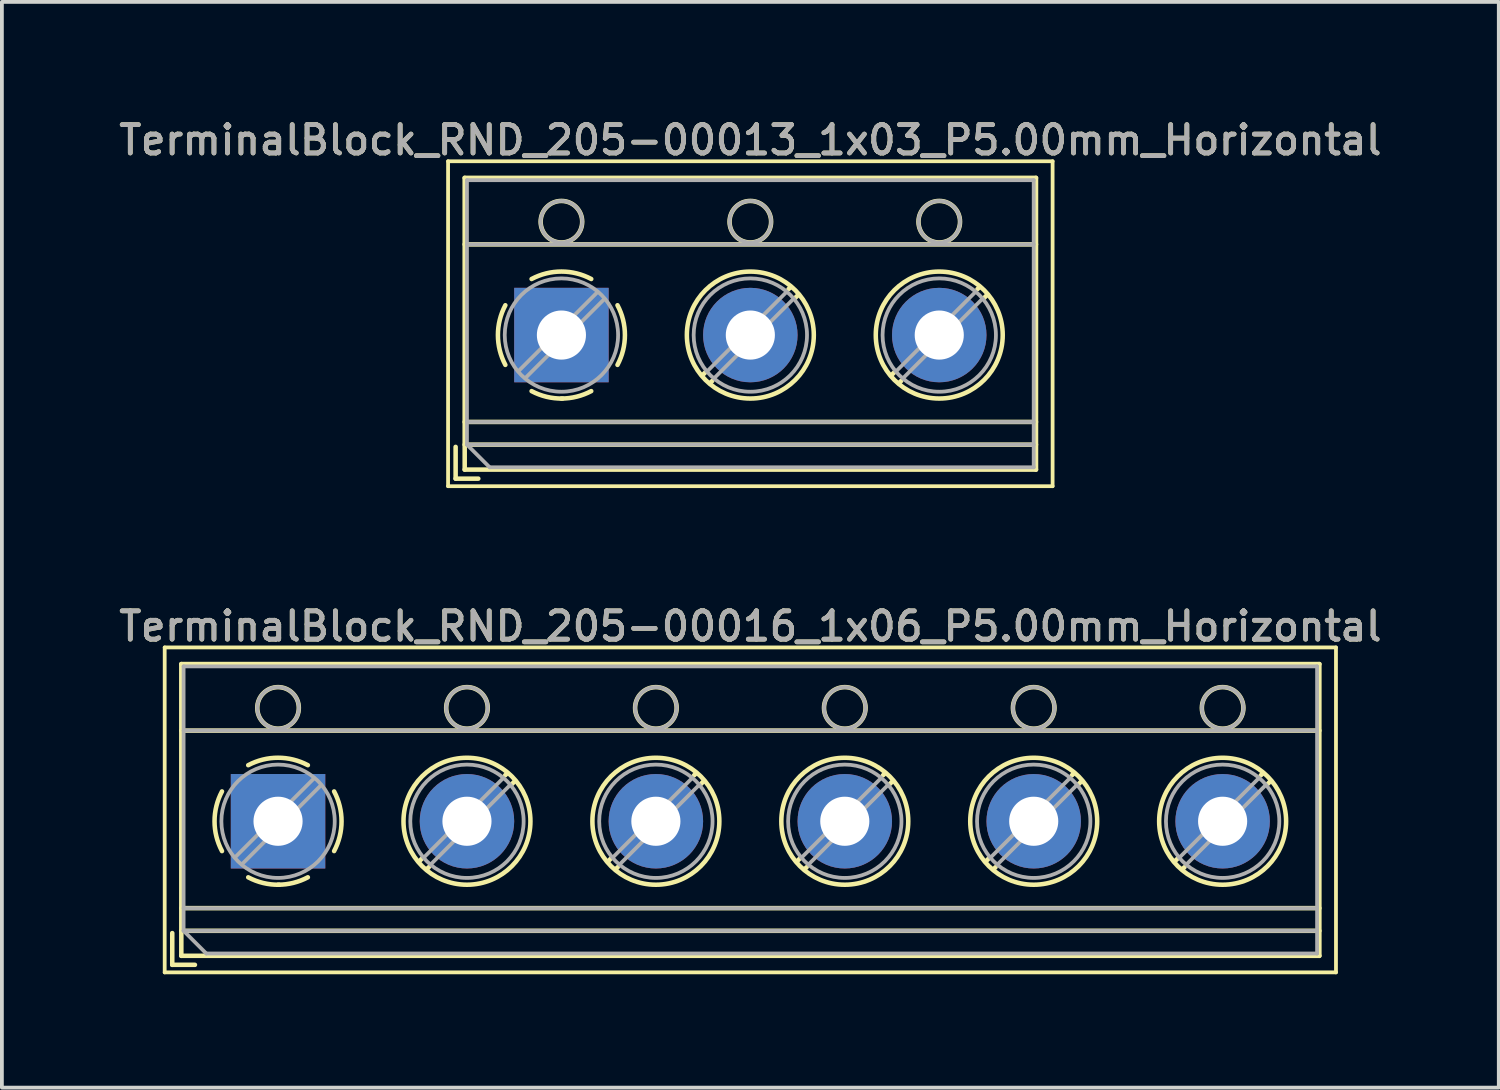
<source format=kicad_pcb>
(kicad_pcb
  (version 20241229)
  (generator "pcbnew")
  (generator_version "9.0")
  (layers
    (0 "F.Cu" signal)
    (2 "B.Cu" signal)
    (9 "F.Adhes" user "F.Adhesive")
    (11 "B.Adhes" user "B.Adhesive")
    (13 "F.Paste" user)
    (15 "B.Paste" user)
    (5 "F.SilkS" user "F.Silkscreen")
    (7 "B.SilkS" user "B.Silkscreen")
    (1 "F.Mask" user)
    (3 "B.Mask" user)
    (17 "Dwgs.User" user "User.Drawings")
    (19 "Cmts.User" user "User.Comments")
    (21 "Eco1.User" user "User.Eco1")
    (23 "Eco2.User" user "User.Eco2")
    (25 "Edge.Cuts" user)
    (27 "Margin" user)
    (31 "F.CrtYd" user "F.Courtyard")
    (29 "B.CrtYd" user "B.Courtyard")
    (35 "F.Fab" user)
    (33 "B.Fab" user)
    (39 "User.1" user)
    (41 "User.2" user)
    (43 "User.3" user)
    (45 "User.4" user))
  (footprint "TerminalBlock_RND_205-00013_1x03_P5.00mm_Horizontal"
    (layer "F.Cu")
    (at 11.809 5.818)
    (property "Reference" "TerminalBlock_RND_205-00013_1x03_P5.00mm_Horizontal" (at 5 -5.16 0) (layer "F.SilkS") (effects (font (size 0.75 0.75) (thickness 0.125))))
    (attr through_hole)
    (fp_line (start -3 -4.6) (end -3 4) (stroke (width 0.1) (type solid)) (layer "F.SilkS"))
    (fp_line (start -3 4) (end 13 4) (stroke (width 0.1) (type solid)) (layer "F.SilkS"))
    (fp_line (start -2.8 2.96) (end -2.8 3.8) (stroke (width 0.12) (type solid)) (layer "F.SilkS"))
    (fp_line (start -2.8 3.8) (end -2.2 3.8) (stroke (width 0.12) (type solid)) (layer "F.SilkS"))
    (fp_line (start -2.56 -4.16) (end -2.56 3.561) (stroke (width 0.12) (type solid)) (layer "F.SilkS"))
    (fp_line (start -2.56 -4.16) (end 12.56 -4.16) (stroke (width 0.12) (type solid)) (layer "F.SilkS"))
    (fp_line (start -2.56 -2.4) (end 12.56 -2.4) (stroke (width 0.12) (type solid)) (layer "F.SilkS"))
    (fp_line (start -2.56 2.3) (end 12.56 2.3) (stroke (width 0.12) (type solid)) (layer "F.SilkS"))
    (fp_line (start -2.56 2.9) (end 12.56 2.9) (stroke (width 0.12) (type solid)) (layer "F.SilkS"))
    (fp_line (start -2.56 3.561) (end 12.56 3.561) (stroke (width 0.12) (type solid)) (layer "F.SilkS"))
    (fp_line (start 3.82 0.976) (end 3.726 1.069) (stroke (width 0.12) (type solid)) (layer "F.SilkS"))
    (fp_line (start 3.99 1.216) (end 3.931 1.274) (stroke (width 0.12) (type solid)) (layer "F.SilkS"))
    (fp_line (start 6.07 -1.275) (end 6.011 -1.216) (stroke (width 0.12) (type solid)) (layer "F.SilkS"))
    (fp_line (start 6.275 -1.069) (end 6.181 -0.976) (stroke (width 0.12) (type solid)) (layer "F.SilkS"))
    (fp_line (start 8.82 0.976) (end 8.726 1.069) (stroke (width 0.12) (type solid)) (layer "F.SilkS"))
    (fp_line (start 8.99 1.216) (end 8.931 1.274) (stroke (width 0.12) (type solid)) (layer "F.SilkS"))
    (fp_line (start 11.07 -1.275) (end 11.011 -1.216) (stroke (width 0.12) (type solid)) (layer "F.SilkS"))
    (fp_line (start 11.275 -1.069) (end 11.181 -0.976) (stroke (width 0.12) (type solid)) (layer "F.SilkS"))
    (fp_line (start 12.56 -4.16) (end 12.56 3.561) (stroke (width 0.12) (type solid)) (layer "F.SilkS"))
    (fp_line (start 13 -4.6) (end -3 -4.6) (stroke (width 0.1) (type solid)) (layer "F.SilkS"))
    (fp_line (start 13 4) (end 13 -4.6) (stroke (width 0.1) (type solid)) (layer "F.SilkS"))
    (fp_arc (start -1.483953 0.789089) (mid -1.680708 0.00005) (end -1.484 -0.789) (stroke (width 0.12) (type solid)) (layer "F.SilkS"))
    (fp_arc (start -0.789089 -1.483953) (mid -0.00005 -1.680708) (end 0.789 -1.484) (stroke (width 0.12) (type solid)) (layer "F.SilkS"))
    (fp_arc (start 0.029383 1.68045) (mid -0.392304 1.634281) (end -0.789 1.484) (stroke (width 0.12) (type solid)) (layer "F.SilkS"))
    (fp_arc (start 0.788712 1.483352) (mid 0.406429 1.630097) (end 0 1.68) (stroke (width 0.12) (type solid)) (layer "F.SilkS"))
    (fp_arc (start 1.483953 -0.789089) (mid 1.680708 -0.00005) (end 1.484 0.789) (stroke (width 0.12) (type solid)) (layer "F.SilkS"))
    (fp_circle (center 0 -3) (end 0.55 -3) (stroke (width 0.12) (type solid)) (fill no) (layer "F.SilkS"))
    (fp_circle (center 5 -3) (end 5.55 -3) (stroke (width 0.12) (type solid)) (fill no) (layer "F.SilkS"))
    (fp_circle (center 5 0) (end 6.68 0) (stroke (width 0.12) (type solid)) (fill no) (layer "F.SilkS"))
    (fp_circle (center 10 -3) (end 10.55 -3) (stroke (width 0.12) (type solid)) (fill no) (layer "F.SilkS"))
    (fp_circle (center 10 0) (end 11.68 0) (stroke (width 0.12) (type solid)) (fill no) (layer "F.SilkS"))
    (fp_line (start -2.5 -4.1) (end 12.5 -4.1) (stroke (width 0.1) (type solid)) (layer "F.Fab"))
    (fp_line (start -2.5 -2.4) (end 12.5 -2.4) (stroke (width 0.1) (type solid)) (layer "F.Fab"))
    (fp_line (start -2.5 2.3) (end 12.5 2.3) (stroke (width 0.1) (type solid)) (layer "F.Fab"))
    (fp_line (start -2.5 2.9) (end -2.5 -4.1) (stroke (width 0.1) (type solid)) (layer "F.Fab"))
    (fp_line (start -2.5 2.9) (end 12.5 2.9) (stroke (width 0.1) (type solid)) (layer "F.Fab"))
    (fp_line (start -1.9 3.5) (end -2.5 2.9) (stroke (width 0.1) (type solid)) (layer "F.Fab"))
    (fp_line (start 0.955 -1.138) (end -1.138 0.955) (stroke (width 0.1) (type solid)) (layer "F.Fab"))
    (fp_line (start 1.138 -0.955) (end -0.955 1.138) (stroke (width 0.1) (type solid)) (layer "F.Fab"))
    (fp_line (start 5.955 -1.138) (end 3.863 0.955) (stroke (width 0.1) (type solid)) (layer "F.Fab"))
    (fp_line (start 6.138 -0.955) (end 4.046 1.138) (stroke (width 0.1) (type solid)) (layer "F.Fab"))
    (fp_line (start 10.955 -1.138) (end 8.863 0.955) (stroke (width 0.1) (type solid)) (layer "F.Fab"))
    (fp_line (start 11.138 -0.955) (end 9.046 1.138) (stroke (width 0.1) (type solid)) (layer "F.Fab"))
    (fp_line (start 12.5 -4.1) (end 12.5 3.5) (stroke (width 0.1) (type solid)) (layer "F.Fab"))
    (fp_line (start 12.5 3.5) (end -1.9 3.5) (stroke (width 0.1) (type solid)) (layer "F.Fab"))
    (fp_circle (center 0 -3) (end 0.55 -3) (stroke (width 0.1) (type solid)) (fill no) (layer "F.Fab"))
    (fp_circle (center 0 0) (end 1.5 0) (stroke (width 0.1) (type solid)) (fill no) (layer "F.Fab"))
    (fp_circle (center 5 -3) (end 5.55 -3) (stroke (width 0.1) (type solid)) (fill no) (layer "F.Fab"))
    (fp_circle (center 5 0) (end 6.5 0) (stroke (width 0.1) (type solid)) (fill no) (layer "F.Fab"))
    (fp_circle (center 10 -3) (end 10.55 -3) (stroke (width 0.1) (type solid)) (fill no) (layer "F.Fab"))
    (fp_circle (center 10 0) (end 11.5 0) (stroke (width 0.1) (type solid)) (fill no) (layer "F.Fab"))
    (fp_text user "${REFERENCE}" (at 5 -5.16 0) (layer "F.Fab") (effects (font (size 0.75 0.75) (thickness 0.125))))
    (pad "1" thru_hole rect (at 0 0) (size 2.5 2.5) (drill 1.3) (layers "*.Cu" "*.Mask"))
    (pad "2" thru_hole circle (at 5 0) (size 2.5 2.5) (drill 1.3) (layers "*.Cu" "*.Mask"))
    (pad "3" thru_hole circle (at 10 0) (size 2.5 2.5) (drill 1.3) (layers "*.Cu" "*.Mask")))
  (footprint "TerminalBlock_RND_205-00016_1x06_P5.00mm_Horizontal"
    (layer "F.Cu")
    (at 4.309 18.686)
    (property "Reference" "TerminalBlock_RND_205-00016_1x06_P5.00mm_Horizontal" (at 12.5 -5.16 0) (layer "F.SilkS") (effects (font (size 0.75 0.75) (thickness 0.125))))
    (attr through_hole)
    (fp_line (start -3 -4.6) (end -3 4) (stroke (width 0.1) (type solid)) (layer "F.SilkS"))
    (fp_line (start -3 4) (end 28 4) (stroke (width 0.1) (type solid)) (layer "F.SilkS"))
    (fp_line (start -2.8 2.96) (end -2.8 3.8) (stroke (width 0.12) (type solid)) (layer "F.SilkS"))
    (fp_line (start -2.8 3.8) (end -2.2 3.8) (stroke (width 0.12) (type solid)) (layer "F.SilkS"))
    (fp_line (start -2.56 -4.16) (end -2.56 3.561) (stroke (width 0.12) (type solid)) (layer "F.SilkS"))
    (fp_line (start -2.56 -4.16) (end 27.56 -4.16) (stroke (width 0.12) (type solid)) (layer "F.SilkS"))
    (fp_line (start -2.56 -2.4) (end 27.56 -2.4) (stroke (width 0.12) (type solid)) (layer "F.SilkS"))
    (fp_line (start -2.56 2.3) (end 27.56 2.3) (stroke (width 0.12) (type solid)) (layer "F.SilkS"))
    (fp_line (start -2.56 2.9) (end 27.56 2.9) (stroke (width 0.12) (type solid)) (layer "F.SilkS"))
    (fp_line (start -2.56 3.561) (end 27.56 3.561) (stroke (width 0.12) (type solid)) (layer "F.SilkS"))
    (fp_line (start 3.82 0.976) (end 3.726 1.069) (stroke (width 0.12) (type solid)) (layer "F.SilkS"))
    (fp_line (start 3.99 1.216) (end 3.931 1.274) (stroke (width 0.12) (type solid)) (layer "F.SilkS"))
    (fp_line (start 6.07 -1.275) (end 6.011 -1.216) (stroke (width 0.12) (type solid)) (layer "F.SilkS"))
    (fp_line (start 6.275 -1.069) (end 6.181 -0.976) (stroke (width 0.12) (type solid)) (layer "F.SilkS"))
    (fp_line (start 8.82 0.976) (end 8.726 1.069) (stroke (width 0.12) (type solid)) (layer "F.SilkS"))
    (fp_line (start 8.99 1.216) (end 8.931 1.274) (stroke (width 0.12) (type solid)) (layer "F.SilkS"))
    (fp_line (start 11.07 -1.275) (end 11.011 -1.216) (stroke (width 0.12) (type solid)) (layer "F.SilkS"))
    (fp_line (start 11.275 -1.069) (end 11.181 -0.976) (stroke (width 0.12) (type solid)) (layer "F.SilkS"))
    (fp_line (start 13.82 0.976) (end 13.726 1.069) (stroke (width 0.12) (type solid)) (layer "F.SilkS"))
    (fp_line (start 13.99 1.216) (end 13.931 1.274) (stroke (width 0.12) (type solid)) (layer "F.SilkS"))
    (fp_line (start 16.07 -1.275) (end 16.011 -1.216) (stroke (width 0.12) (type solid)) (layer "F.SilkS"))
    (fp_line (start 16.275 -1.069) (end 16.181 -0.976) (stroke (width 0.12) (type solid)) (layer "F.SilkS"))
    (fp_line (start 18.82 0.976) (end 18.726 1.069) (stroke (width 0.12) (type solid)) (layer "F.SilkS"))
    (fp_line (start 18.99 1.216) (end 18.931 1.274) (stroke (width 0.12) (type solid)) (layer "F.SilkS"))
    (fp_line (start 21.07 -1.275) (end 21.011 -1.216) (stroke (width 0.12) (type solid)) (layer "F.SilkS"))
    (fp_line (start 21.275 -1.069) (end 21.181 -0.976) (stroke (width 0.12) (type solid)) (layer "F.SilkS"))
    (fp_line (start 23.82 0.976) (end 23.726 1.069) (stroke (width 0.12) (type solid)) (layer "F.SilkS"))
    (fp_line (start 23.99 1.216) (end 23.931 1.274) (stroke (width 0.12) (type solid)) (layer "F.SilkS"))
    (fp_line (start 26.07 -1.275) (end 26.011 -1.216) (stroke (width 0.12) (type solid)) (layer "F.SilkS"))
    (fp_line (start 26.275 -1.069) (end 26.181 -0.976) (stroke (width 0.12) (type solid)) (layer "F.SilkS"))
    (fp_line (start 27.56 -4.16) (end 27.56 3.561) (stroke (width 0.12) (type solid)) (layer "F.SilkS"))
    (fp_line (start 28 -4.6) (end -3 -4.6) (stroke (width 0.1) (type solid)) (layer "F.SilkS"))
    (fp_line (start 28 4) (end 28 -4.6) (stroke (width 0.1) (type solid)) (layer "F.SilkS"))
    (fp_arc (start -1.483953 0.789089) (mid -1.680708 0.00005) (end -1.484 -0.789) (stroke (width 0.12) (type solid)) (layer "F.SilkS"))
    (fp_arc (start -0.789089 -1.483953) (mid -0.00005 -1.680708) (end 0.789 -1.484) (stroke (width 0.12) (type solid)) (layer "F.SilkS"))
    (fp_arc (start 0.029383 1.68045) (mid -0.392304 1.634281) (end -0.789 1.484) (stroke (width 0.12) (type solid)) (layer "F.SilkS"))
    (fp_arc (start 0.788712 1.483352) (mid 0.406429 1.630097) (end 0 1.68) (stroke (width 0.12) (type solid)) (layer "F.SilkS"))
    (fp_arc (start 1.483953 -0.789089) (mid 1.680708 -0.00005) (end 1.484 0.789) (stroke (width 0.12) (type solid)) (layer "F.SilkS"))
    (fp_circle (center 0 -3) (end 0.55 -3) (stroke (width 0.12) (type solid)) (fill no) (layer "F.SilkS"))
    (fp_circle (center 5 -3) (end 5.55 -3) (stroke (width 0.12) (type solid)) (fill no) (layer "F.SilkS"))
    (fp_circle (center 5 0) (end 6.68 0) (stroke (width 0.12) (type solid)) (fill no) (layer "F.SilkS"))
    (fp_circle (center 10 -3) (end 10.55 -3) (stroke (width 0.12) (type solid)) (fill no) (layer "F.SilkS"))
    (fp_circle (center 10 0) (end 11.68 0) (stroke (width 0.12) (type solid)) (fill no) (layer "F.SilkS"))
    (fp_circle (center 15 -3) (end 15.55 -3) (stroke (width 0.12) (type solid)) (fill no) (layer "F.SilkS"))
    (fp_circle (center 15 0) (end 16.68 0) (stroke (width 0.12) (type solid)) (fill no) (layer "F.SilkS"))
    (fp_circle (center 20 -3) (end 20.55 -3) (stroke (width 0.12) (type solid)) (fill no) (layer "F.SilkS"))
    (fp_circle (center 20 0) (end 21.68 0) (stroke (width 0.12) (type solid)) (fill no) (layer "F.SilkS"))
    (fp_circle (center 25 -3) (end 25.55 -3) (stroke (width 0.12) (type solid)) (fill no) (layer "F.SilkS"))
    (fp_circle (center 25 0) (end 26.68 0) (stroke (width 0.12) (type solid)) (fill no) (layer "F.SilkS"))
    (fp_line (start -2.5 -4.1) (end 27.5 -4.1) (stroke (width 0.1) (type solid)) (layer "F.Fab"))
    (fp_line (start -2.5 -2.4) (end 27.5 -2.4) (stroke (width 0.1) (type solid)) (layer "F.Fab"))
    (fp_line (start -2.5 2.3) (end 27.5 2.3) (stroke (width 0.1) (type solid)) (layer "F.Fab"))
    (fp_line (start -2.5 2.9) (end -2.5 -4.1) (stroke (width 0.1) (type solid)) (layer "F.Fab"))
    (fp_line (start -2.5 2.9) (end 27.5 2.9) (stroke (width 0.1) (type solid)) (layer "F.Fab"))
    (fp_line (start -1.9 3.5) (end -2.5 2.9) (stroke (width 0.1) (type solid)) (layer "F.Fab"))
    (fp_line (start 0.955 -1.138) (end -1.138 0.955) (stroke (width 0.1) (type solid)) (layer "F.Fab"))
    (fp_line (start 1.138 -0.955) (end -0.955 1.138) (stroke (width 0.1) (type solid)) (layer "F.Fab"))
    (fp_line (start 5.955 -1.138) (end 3.863 0.955) (stroke (width 0.1) (type solid)) (layer "F.Fab"))
    (fp_line (start 6.138 -0.955) (end 4.046 1.138) (stroke (width 0.1) (type solid)) (layer "F.Fab"))
    (fp_line (start 10.955 -1.138) (end 8.863 0.955) (stroke (width 0.1) (type solid)) (layer "F.Fab"))
    (fp_line (start 11.138 -0.955) (end 9.046 1.138) (stroke (width 0.1) (type solid)) (layer "F.Fab"))
    (fp_line (start 15.955 -1.138) (end 13.863 0.955) (stroke (width 0.1) (type solid)) (layer "F.Fab"))
    (fp_line (start 16.138 -0.955) (end 14.046 1.138) (stroke (width 0.1) (type solid)) (layer "F.Fab"))
    (fp_line (start 20.955 -1.138) (end 18.863 0.955) (stroke (width 0.1) (type solid)) (layer "F.Fab"))
    (fp_line (start 21.138 -0.955) (end 19.046 1.138) (stroke (width 0.1) (type solid)) (layer "F.Fab"))
    (fp_line (start 25.955 -1.138) (end 23.863 0.955) (stroke (width 0.1) (type solid)) (layer "F.Fab"))
    (fp_line (start 26.138 -0.955) (end 24.046 1.138) (stroke (width 0.1) (type solid)) (layer "F.Fab"))
    (fp_line (start 27.5 -4.1) (end 27.5 3.5) (stroke (width 0.1) (type solid)) (layer "F.Fab"))
    (fp_line (start 27.5 3.5) (end -1.9 3.5) (stroke (width 0.1) (type solid)) (layer "F.Fab"))
    (fp_circle (center 0 -3) (end 0.55 -3) (stroke (width 0.1) (type solid)) (fill no) (layer "F.Fab"))
    (fp_circle (center 0 0) (end 1.5 0) (stroke (width 0.1) (type solid)) (fill no) (layer "F.Fab"))
    (fp_circle (center 5 -3) (end 5.55 -3) (stroke (width 0.1) (type solid)) (fill no) (layer "F.Fab"))
    (fp_circle (center 5 0) (end 6.5 0) (stroke (width 0.1) (type solid)) (fill no) (layer "F.Fab"))
    (fp_circle (center 10 -3) (end 10.55 -3) (stroke (width 0.1) (type solid)) (fill no) (layer "F.Fab"))
    (fp_circle (center 10 0) (end 11.5 0) (stroke (width 0.1) (type solid)) (fill no) (layer "F.Fab"))
    (fp_circle (center 15 -3) (end 15.55 -3) (stroke (width 0.1) (type solid)) (fill no) (layer "F.Fab"))
    (fp_circle (center 15 0) (end 16.5 0) (stroke (width 0.1) (type solid)) (fill no) (layer "F.Fab"))
    (fp_circle (center 20 -3) (end 20.55 -3) (stroke (width 0.1) (type solid)) (fill no) (layer "F.Fab"))
    (fp_circle (center 20 0) (end 21.5 0) (stroke (width 0.1) (type solid)) (fill no) (layer "F.Fab"))
    (fp_circle (center 25 -3) (end 25.55 -3) (stroke (width 0.1) (type solid)) (fill no) (layer "F.Fab"))
    (fp_circle (center 25 0) (end 26.5 0) (stroke (width 0.1) (type solid)) (fill no) (layer "F.Fab"))
    (fp_text user "${REFERENCE}" (at 12.5 -5.16 0) (layer "F.Fab") (effects (font (size 0.75 0.75) (thickness 0.125))))
    (pad "1" thru_hole rect (at 0 0) (size 2.5 2.5) (drill 1.3) (layers "*.Cu" "*.Mask"))
    (pad "2" thru_hole circle (at 5 0) (size 2.5 2.5) (drill 1.3) (layers "*.Cu" "*.Mask"))
    (pad "3" thru_hole circle (at 10 0) (size 2.5 2.5) (drill 1.3) (layers "*.Cu" "*.Mask"))
    (pad "4" thru_hole circle (at 15 0) (size 2.5 2.5) (drill 1.3) (layers "*.Cu" "*.Mask"))
    (pad "5" thru_hole circle (at 20 0) (size 2.5 2.5) (drill 1.3) (layers "*.Cu" "*.Mask"))
    (pad "6" thru_hole circle (at 25 0) (size 2.5 2.5) (drill 1.3) (layers "*.Cu" "*.Mask")))
  (gr_rect
    (start -3 -3)
    (end 36.618 25.736)
    (stroke (width 0.1) (type default))
    (fill no)
    (layer "Edge.Cuts")))
</source>
